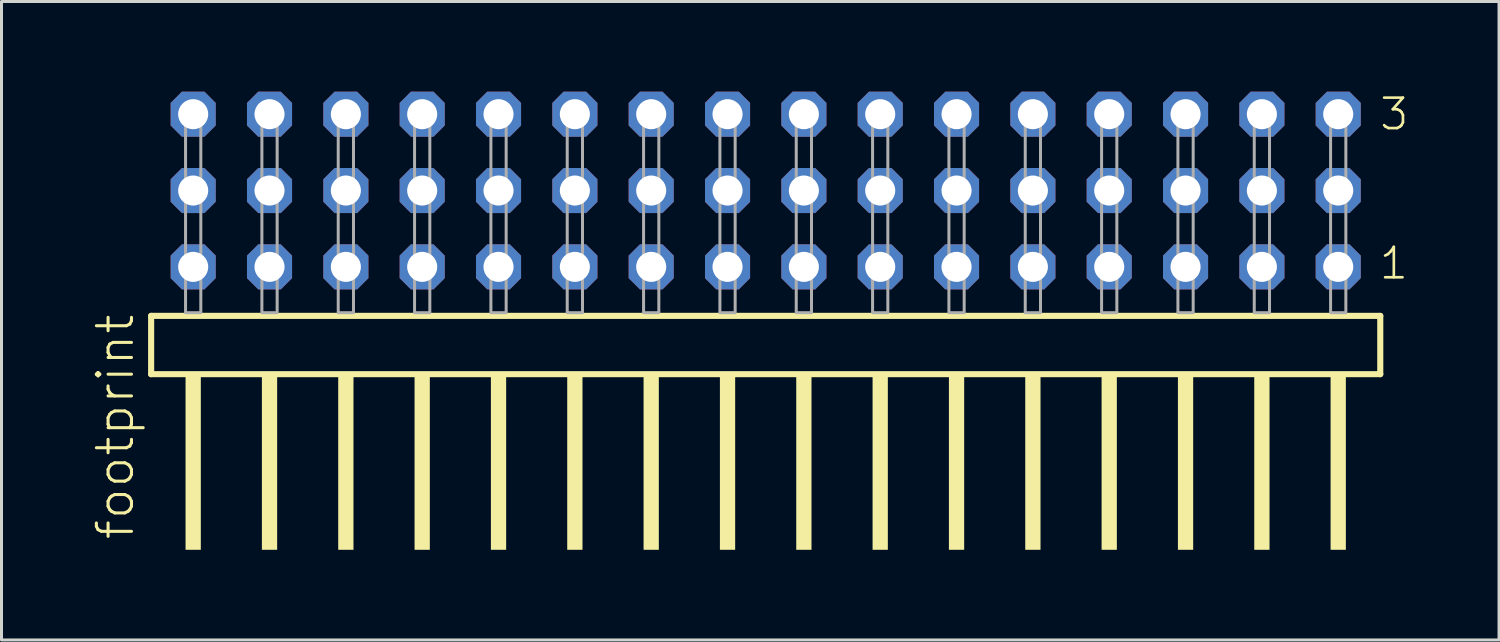
<source format=kicad_pcb>
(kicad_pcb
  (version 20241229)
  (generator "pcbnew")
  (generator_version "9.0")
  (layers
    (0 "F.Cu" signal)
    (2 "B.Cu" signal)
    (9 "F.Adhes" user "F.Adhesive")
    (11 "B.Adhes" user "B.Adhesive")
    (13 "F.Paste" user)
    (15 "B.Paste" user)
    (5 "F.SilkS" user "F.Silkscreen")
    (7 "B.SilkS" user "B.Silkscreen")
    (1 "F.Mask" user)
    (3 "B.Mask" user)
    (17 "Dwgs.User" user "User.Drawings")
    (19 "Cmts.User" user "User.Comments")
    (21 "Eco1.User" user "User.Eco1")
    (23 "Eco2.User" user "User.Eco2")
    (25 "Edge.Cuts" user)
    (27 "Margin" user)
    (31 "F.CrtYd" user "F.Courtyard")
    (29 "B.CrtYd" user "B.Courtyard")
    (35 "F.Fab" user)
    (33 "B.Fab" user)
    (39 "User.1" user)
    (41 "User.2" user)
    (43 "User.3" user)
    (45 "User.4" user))
  (footprint "footprint"
    (layer "F.Cu")
    (at 22.428 7.354)
    (property "Reference" "footprint" (at -20.955 7.62 90) (layer "F.SilkS") (effects (font (size 1.168 1.168) (thickness 0.102)) (justify left bottom)))
    (fp_line (start -20.449 0.106) (end -20.449 2.046) (stroke (width 0.203) (type solid)) (layer "F.SilkS"))
    (fp_line (start -20.449 2.046) (end 20.449 2.046) (stroke (width 0.203) (type solid)) (layer "F.SilkS"))
    (fp_line (start 20.449 0.106) (end -20.449 0.106) (stroke (width 0.203) (type solid)) (layer "F.SilkS"))
    (fp_line (start 20.449 2.046) (end 20.449 0.106) (stroke (width 0.203) (type solid)) (layer "F.SilkS"))
    (fp_poly (pts (xy -19.304 7.89) (xy -18.796 7.89) (xy -18.796 2.04) (xy -19.304 2.04)) (stroke (width 0) (type solid)) (fill yes) (layer "F.SilkS"))
    (fp_poly (pts (xy -16.764 7.89) (xy -16.256 7.89) (xy -16.256 2.04) (xy -16.764 2.04)) (stroke (width 0) (type solid)) (fill yes) (layer "F.SilkS"))
    (fp_poly (pts (xy -14.224 7.89) (xy -13.716 7.89) (xy -13.716 2.04) (xy -14.224 2.04)) (stroke (width 0) (type solid)) (fill yes) (layer "F.SilkS"))
    (fp_poly (pts (xy -11.684 7.89) (xy -11.176 7.89) (xy -11.176 2.04) (xy -11.684 2.04)) (stroke (width 0) (type solid)) (fill yes) (layer "F.SilkS"))
    (fp_poly (pts (xy -9.144 7.89) (xy -8.636 7.89) (xy -8.636 2.04) (xy -9.144 2.04)) (stroke (width 0) (type solid)) (fill yes) (layer "F.SilkS"))
    (fp_poly (pts (xy -6.604 7.89) (xy -6.096 7.89) (xy -6.096 2.04) (xy -6.604 2.04)) (stroke (width 0) (type solid)) (fill yes) (layer "F.SilkS"))
    (fp_poly (pts (xy -4.064 7.89) (xy -3.556 7.89) (xy -3.556 2.04) (xy -4.064 2.04)) (stroke (width 0) (type solid)) (fill yes) (layer "F.SilkS"))
    (fp_poly (pts (xy -1.524 7.89) (xy -1.016 7.89) (xy -1.016 2.04) (xy -1.524 2.04)) (stroke (width 0) (type solid)) (fill yes) (layer "F.SilkS"))
    (fp_poly (pts (xy 1.016 7.89) (xy 1.524 7.89) (xy 1.524 2.04) (xy 1.016 2.04)) (stroke (width 0) (type solid)) (fill yes) (layer "F.SilkS"))
    (fp_poly (pts (xy 3.556 7.89) (xy 4.064 7.89) (xy 4.064 2.04) (xy 3.556 2.04)) (stroke (width 0) (type solid)) (fill yes) (layer "F.SilkS"))
    (fp_poly (pts (xy 6.096 7.89) (xy 6.604 7.89) (xy 6.604 2.04) (xy 6.096 2.04)) (stroke (width 0) (type solid)) (fill yes) (layer "F.SilkS"))
    (fp_poly (pts (xy 8.636 7.89) (xy 9.144 7.89) (xy 9.144 2.04) (xy 8.636 2.04)) (stroke (width 0) (type solid)) (fill yes) (layer "F.SilkS"))
    (fp_poly (pts (xy 11.176 7.89) (xy 11.684 7.89) (xy 11.684 2.04) (xy 11.176 2.04)) (stroke (width 0) (type solid)) (fill yes) (layer "F.SilkS"))
    (fp_poly (pts (xy 13.716 7.89) (xy 14.224 7.89) (xy 14.224 2.04) (xy 13.716 2.04)) (stroke (width 0) (type solid)) (fill yes) (layer "F.SilkS"))
    (fp_poly (pts (xy 16.256 7.89) (xy 16.764 7.89) (xy 16.764 2.04) (xy 16.256 2.04)) (stroke (width 0) (type solid)) (fill yes) (layer "F.SilkS"))
    (fp_poly (pts (xy 18.796 7.89) (xy 19.304 7.89) (xy 19.304 2.04) (xy 18.796 2.04)) (stroke (width 0) (type solid)) (fill yes) (layer "F.SilkS"))
    (fp_poly (pts (xy -19.304 0) (xy -18.796 0) (xy -18.796 -6.858) (xy -19.304 -6.858)) (stroke (width 0.1) (type solid)) (fill no) (layer "F.Fab"))
    (fp_poly (pts (xy -16.764 0) (xy -16.256 0) (xy -16.256 -6.858) (xy -16.764 -6.858)) (stroke (width 0.1) (type solid)) (fill no) (layer "F.Fab"))
    (fp_poly (pts (xy -14.224 0) (xy -13.716 0) (xy -13.716 -6.858) (xy -14.224 -6.858)) (stroke (width 0.1) (type solid)) (fill no) (layer "F.Fab"))
    (fp_poly (pts (xy -11.684 0) (xy -11.176 0) (xy -11.176 -6.858) (xy -11.684 -6.858)) (stroke (width 0.1) (type solid)) (fill no) (layer "F.Fab"))
    (fp_poly (pts (xy -9.144 0) (xy -8.636 0) (xy -8.636 -6.858) (xy -9.144 -6.858)) (stroke (width 0.1) (type solid)) (fill no) (layer "F.Fab"))
    (fp_poly (pts (xy -6.604 0) (xy -6.096 0) (xy -6.096 -6.858) (xy -6.604 -6.858)) (stroke (width 0.1) (type solid)) (fill no) (layer "F.Fab"))
    (fp_poly (pts (xy -4.064 0) (xy -3.556 0) (xy -3.556 -6.858) (xy -4.064 -6.858)) (stroke (width 0.1) (type solid)) (fill no) (layer "F.Fab"))
    (fp_poly (pts (xy -1.524 0) (xy -1.016 0) (xy -1.016 -6.858) (xy -1.524 -6.858)) (stroke (width 0.1) (type solid)) (fill no) (layer "F.Fab"))
    (fp_poly (pts (xy 1.016 0) (xy 1.524 0) (xy 1.524 -6.858) (xy 1.016 -6.858)) (stroke (width 0.1) (type solid)) (fill no) (layer "F.Fab"))
    (fp_poly (pts (xy 3.556 0) (xy 4.064 0) (xy 4.064 -6.858) (xy 3.556 -6.858)) (stroke (width 0.1) (type solid)) (fill no) (layer "F.Fab"))
    (fp_poly (pts (xy 6.096 0) (xy 6.604 0) (xy 6.604 -6.858) (xy 6.096 -6.858)) (stroke (width 0.1) (type solid)) (fill no) (layer "F.Fab"))
    (fp_poly (pts (xy 8.636 0) (xy 9.144 0) (xy 9.144 -6.858) (xy 8.636 -6.858)) (stroke (width 0.1) (type solid)) (fill no) (layer "F.Fab"))
    (fp_poly (pts (xy 11.176 0) (xy 11.684 0) (xy 11.684 -6.858) (xy 11.176 -6.858)) (stroke (width 0.1) (type solid)) (fill no) (layer "F.Fab"))
    (fp_poly (pts (xy 13.716 0) (xy 14.224 0) (xy 14.224 -6.858) (xy 13.716 -6.858)) (stroke (width 0.1) (type solid)) (fill no) (layer "F.Fab"))
    (fp_poly (pts (xy 16.256 0) (xy 16.764 0) (xy 16.764 -6.858) (xy 16.256 -6.858)) (stroke (width 0.1) (type solid)) (fill no) (layer "F.Fab"))
    (fp_poly (pts (xy 18.796 0) (xy 19.304 0) (xy 19.304 -6.858) (xy 18.796 -6.858)) (stroke (width 0.1) (type solid)) (fill no) (layer "F.Fab"))
    (fp_text user "3" (at 20.375 -6.015 0) (layer "F.SilkS") (effects (font (size 1.012 1.012) (thickness 0.088)) (justify left bottom)))
    (fp_text user "1" (at 20.36 -1.05 0) (layer "F.SilkS") (effects (font (size 1.012 1.012) (thickness 0.088)) (justify left bottom)))
    (pad "1" thru_hole roundrect (at 19.05 -1.524 180) (size 1.5 1.5) (drill 1) (layers "*.Cu" "*.Mask") (roundrect_rratio 0.25) (chamfer_ratio 0.25) (chamfer top_left top_right bottom_left bottom_right))
    (pad "2" thru_hole roundrect (at 19.05 -4.064 180) (size 1.5 1.5) (drill 1) (layers "*.Cu" "*.Mask") (roundrect_rratio 0.25) (chamfer_ratio 0.25) (chamfer top_left top_right bottom_left bottom_right))
    (pad "3" thru_hole roundrect (at 19.05 -6.604 180) (size 1.5 1.5) (drill 1) (layers "*.Cu" "*.Mask") (roundrect_rratio 0.25) (chamfer_ratio 0.25) (chamfer top_left top_right bottom_left bottom_right))
    (pad "4" thru_hole roundrect (at 16.51 -1.524 180) (size 1.5 1.5) (drill 1) (layers "*.Cu" "*.Mask") (roundrect_rratio 0.25) (chamfer_ratio 0.25) (chamfer top_left top_right bottom_left bottom_right))
    (pad "5" thru_hole roundrect (at 16.51 -4.064 180) (size 1.5 1.5) (drill 1) (layers "*.Cu" "*.Mask") (roundrect_rratio 0.25) (chamfer_ratio 0.25) (chamfer top_left top_right bottom_left bottom_right))
    (pad "6" thru_hole roundrect (at 16.51 -6.604 180) (size 1.5 1.5) (drill 1) (layers "*.Cu" "*.Mask") (roundrect_rratio 0.25) (chamfer_ratio 0.25) (chamfer top_left top_right bottom_left bottom_right))
    (pad "7" thru_hole roundrect (at 13.97 -1.524 180) (size 1.5 1.5) (drill 1) (layers "*.Cu" "*.Mask") (roundrect_rratio 0.25) (chamfer_ratio 0.25) (chamfer top_left top_right bottom_left bottom_right))
    (pad "8" thru_hole roundrect (at 13.97 -4.064 180) (size 1.5 1.5) (drill 1) (layers "*.Cu" "*.Mask") (roundrect_rratio 0.25) (chamfer_ratio 0.25) (chamfer top_left top_right bottom_left bottom_right))
    (pad "9" thru_hole roundrect (at 13.97 -6.604 180) (size 1.5 1.5) (drill 1) (layers "*.Cu" "*.Mask") (roundrect_rratio 0.25) (chamfer_ratio 0.25) (chamfer top_left top_right bottom_left bottom_right))
    (pad "10" thru_hole roundrect (at 11.43 -1.524 180) (size 1.5 1.5) (drill 1) (layers "*.Cu" "*.Mask") (roundrect_rratio 0.25) (chamfer_ratio 0.25) (chamfer top_left top_right bottom_left bottom_right))
    (pad "11" thru_hole roundrect (at 11.43 -4.064 180) (size 1.5 1.5) (drill 1) (layers "*.Cu" "*.Mask") (roundrect_rratio 0.25) (chamfer_ratio 0.25) (chamfer top_left top_right bottom_left bottom_right))
    (pad "12" thru_hole roundrect (at 11.43 -6.604 180) (size 1.5 1.5) (drill 1) (layers "*.Cu" "*.Mask") (roundrect_rratio 0.25) (chamfer_ratio 0.25) (chamfer top_left top_right bottom_left bottom_right))
    (pad "13" thru_hole roundrect (at 8.89 -1.524 180) (size 1.5 1.5) (drill 1) (layers "*.Cu" "*.Mask") (roundrect_rratio 0.25) (chamfer_ratio 0.25) (chamfer top_left top_right bottom_left bottom_right))
    (pad "14" thru_hole roundrect (at 8.89 -4.064 180) (size 1.5 1.5) (drill 1) (layers "*.Cu" "*.Mask") (roundrect_rratio 0.25) (chamfer_ratio 0.25) (chamfer top_left top_right bottom_left bottom_right))
    (pad "15" thru_hole roundrect (at 8.89 -6.604 180) (size 1.5 1.5) (drill 1) (layers "*.Cu" "*.Mask") (roundrect_rratio 0.25) (chamfer_ratio 0.25) (chamfer top_left top_right bottom_left bottom_right))
    (pad "16" thru_hole roundrect (at 6.35 -1.524 180) (size 1.5 1.5) (drill 1) (layers "*.Cu" "*.Mask") (roundrect_rratio 0.25) (chamfer_ratio 0.25) (chamfer top_left top_right bottom_left bottom_right))
    (pad "17" thru_hole roundrect (at 6.35 -4.064 180) (size 1.5 1.5) (drill 1) (layers "*.Cu" "*.Mask") (roundrect_rratio 0.25) (chamfer_ratio 0.25) (chamfer top_left top_right bottom_left bottom_right))
    (pad "18" thru_hole roundrect (at 6.35 -6.604 180) (size 1.5 1.5) (drill 1) (layers "*.Cu" "*.Mask") (roundrect_rratio 0.25) (chamfer_ratio 0.25) (chamfer top_left top_right bottom_left bottom_right))
    (pad "19" thru_hole roundrect (at 3.81 -1.524 180) (size 1.5 1.5) (drill 1) (layers "*.Cu" "*.Mask") (roundrect_rratio 0.25) (chamfer_ratio 0.25) (chamfer top_left top_right bottom_left bottom_right))
    (pad "20" thru_hole roundrect (at 3.81 -4.064 180) (size 1.5 1.5) (drill 1) (layers "*.Cu" "*.Mask") (roundrect_rratio 0.25) (chamfer_ratio 0.25) (chamfer top_left top_right bottom_left bottom_right))
    (pad "21" thru_hole roundrect (at 3.81 -6.604 180) (size 1.5 1.5) (drill 1) (layers "*.Cu" "*.Mask") (roundrect_rratio 0.25) (chamfer_ratio 0.25) (chamfer top_left top_right bottom_left bottom_right))
    (pad "22" thru_hole roundrect (at 1.27 -1.524 180) (size 1.5 1.5) (drill 1) (layers "*.Cu" "*.Mask") (roundrect_rratio 0.25) (chamfer_ratio 0.25) (chamfer top_left top_right bottom_left bottom_right))
    (pad "23" thru_hole roundrect (at 1.27 -4.064 180) (size 1.5 1.5) (drill 1) (layers "*.Cu" "*.Mask") (roundrect_rratio 0.25) (chamfer_ratio 0.25) (chamfer top_left top_right bottom_left bottom_right))
    (pad "24" thru_hole roundrect (at 1.27 -6.604 180) (size 1.5 1.5) (drill 1) (layers "*.Cu" "*.Mask") (roundrect_rratio 0.25) (chamfer_ratio 0.25) (chamfer top_left top_right bottom_left bottom_right))
    (pad "25" thru_hole roundrect (at -1.27 -1.524 180) (size 1.5 1.5) (drill 1) (layers "*.Cu" "*.Mask") (roundrect_rratio 0.25) (chamfer_ratio 0.25) (chamfer top_left top_right bottom_left bottom_right))
    (pad "26" thru_hole roundrect (at -1.27 -4.064 180) (size 1.5 1.5) (drill 1) (layers "*.Cu" "*.Mask") (roundrect_rratio 0.25) (chamfer_ratio 0.25) (chamfer top_left top_right bottom_left bottom_right))
    (pad "27" thru_hole roundrect (at -1.27 -6.604 180) (size 1.5 1.5) (drill 1) (layers "*.Cu" "*.Mask") (roundrect_rratio 0.25) (chamfer_ratio 0.25) (chamfer top_left top_right bottom_left bottom_right))
    (pad "28" thru_hole roundrect (at -3.81 -1.524 180) (size 1.5 1.5) (drill 1) (layers "*.Cu" "*.Mask") (roundrect_rratio 0.25) (chamfer_ratio 0.25) (chamfer top_left top_right bottom_left bottom_right))
    (pad "29" thru_hole roundrect (at -3.81 -4.064 180) (size 1.5 1.5) (drill 1) (layers "*.Cu" "*.Mask") (roundrect_rratio 0.25) (chamfer_ratio 0.25) (chamfer top_left top_right bottom_left bottom_right))
    (pad "30" thru_hole roundrect (at -3.81 -6.604 180) (size 1.5 1.5) (drill 1) (layers "*.Cu" "*.Mask") (roundrect_rratio 0.25) (chamfer_ratio 0.25) (chamfer top_left top_right bottom_left bottom_right))
    (pad "31" thru_hole roundrect (at -6.35 -1.524 180) (size 1.5 1.5) (drill 1) (layers "*.Cu" "*.Mask") (roundrect_rratio 0.25) (chamfer_ratio 0.25) (chamfer top_left top_right bottom_left bottom_right))
    (pad "32" thru_hole roundrect (at -6.35 -4.064 180) (size 1.5 1.5) (drill 1) (layers "*.Cu" "*.Mask") (roundrect_rratio 0.25) (chamfer_ratio 0.25) (chamfer top_left top_right bottom_left bottom_right))
    (pad "33" thru_hole roundrect (at -6.35 -6.604 180) (size 1.5 1.5) (drill 1) (layers "*.Cu" "*.Mask") (roundrect_rratio 0.25) (chamfer_ratio 0.25) (chamfer top_left top_right bottom_left bottom_right))
    (pad "34" thru_hole roundrect (at -8.89 -1.524 180) (size 1.5 1.5) (drill 1) (layers "*.Cu" "*.Mask") (roundrect_rratio 0.25) (chamfer_ratio 0.25) (chamfer top_left top_right bottom_left bottom_right))
    (pad "35" thru_hole roundrect (at -8.89 -4.064 180) (size 1.5 1.5) (drill 1) (layers "*.Cu" "*.Mask") (roundrect_rratio 0.25) (chamfer_ratio 0.25) (chamfer top_left top_right bottom_left bottom_right))
    (pad "36" thru_hole roundrect (at -8.89 -6.604 180) (size 1.5 1.5) (drill 1) (layers "*.Cu" "*.Mask") (roundrect_rratio 0.25) (chamfer_ratio 0.25) (chamfer top_left top_right bottom_left bottom_right))
    (pad "37" thru_hole roundrect (at -11.43 -1.524 180) (size 1.5 1.5) (drill 1) (layers "*.Cu" "*.Mask") (roundrect_rratio 0.25) (chamfer_ratio 0.25) (chamfer top_left top_right bottom_left bottom_right))
    (pad "38" thru_hole roundrect (at -11.43 -4.064 180) (size 1.5 1.5) (drill 1) (layers "*.Cu" "*.Mask") (roundrect_rratio 0.25) (chamfer_ratio 0.25) (chamfer top_left top_right bottom_left bottom_right))
    (pad "39" thru_hole roundrect (at -11.43 -6.604 180) (size 1.5 1.5) (drill 1) (layers "*.Cu" "*.Mask") (roundrect_rratio 0.25) (chamfer_ratio 0.25) (chamfer top_left top_right bottom_left bottom_right))
    (pad "40" thru_hole roundrect (at -13.97 -1.524 180) (size 1.5 1.5) (drill 1) (layers "*.Cu" "*.Mask") (roundrect_rratio 0.25) (chamfer_ratio 0.25) (chamfer top_left top_right bottom_left bottom_right))
    (pad "41" thru_hole roundrect (at -13.97 -4.064 180) (size 1.5 1.5) (drill 1) (layers "*.Cu" "*.Mask") (roundrect_rratio 0.25) (chamfer_ratio 0.25) (chamfer top_left top_right bottom_left bottom_right))
    (pad "42" thru_hole roundrect (at -13.97 -6.604 180) (size 1.5 1.5) (drill 1) (layers "*.Cu" "*.Mask") (roundrect_rratio 0.25) (chamfer_ratio 0.25) (chamfer top_left top_right bottom_left bottom_right))
    (pad "43" thru_hole roundrect (at -16.51 -1.524 180) (size 1.5 1.5) (drill 1) (layers "*.Cu" "*.Mask") (roundrect_rratio 0.25) (chamfer_ratio 0.25) (chamfer top_left top_right bottom_left bottom_right))
    (pad "44" thru_hole roundrect (at -16.51 -4.064 180) (size 1.5 1.5) (drill 1) (layers "*.Cu" "*.Mask") (roundrect_rratio 0.25) (chamfer_ratio 0.25) (chamfer top_left top_right bottom_left bottom_right))
    (pad "45" thru_hole roundrect (at -16.51 -6.604 180) (size 1.5 1.5) (drill 1) (layers "*.Cu" "*.Mask") (roundrect_rratio 0.25) (chamfer_ratio 0.25) (chamfer top_left top_right bottom_left bottom_right))
    (pad "46" thru_hole roundrect (at -19.05 -1.524 180) (size 1.5 1.5) (drill 1) (layers "*.Cu" "*.Mask") (roundrect_rratio 0.25) (chamfer_ratio 0.25) (chamfer top_left top_right bottom_left bottom_right))
    (pad "47" thru_hole roundrect (at -19.05 -4.064 180) (size 1.5 1.5) (drill 1) (layers "*.Cu" "*.Mask") (roundrect_rratio 0.25) (chamfer_ratio 0.25) (chamfer top_left top_right bottom_left bottom_right))
    (pad "48" thru_hole roundrect (at -19.05 -6.604 180) (size 1.5 1.5) (drill 1) (layers "*.Cu" "*.Mask") (roundrect_rratio 0.25) (chamfer_ratio 0.25) (chamfer top_left top_right bottom_left bottom_right)))
  (gr_rect
    (start -3 -3)
    (end 46.829 18.244)
    (stroke (width 0.1) (type default))
    (fill no)
    (layer "Edge.Cuts")))
</source>
